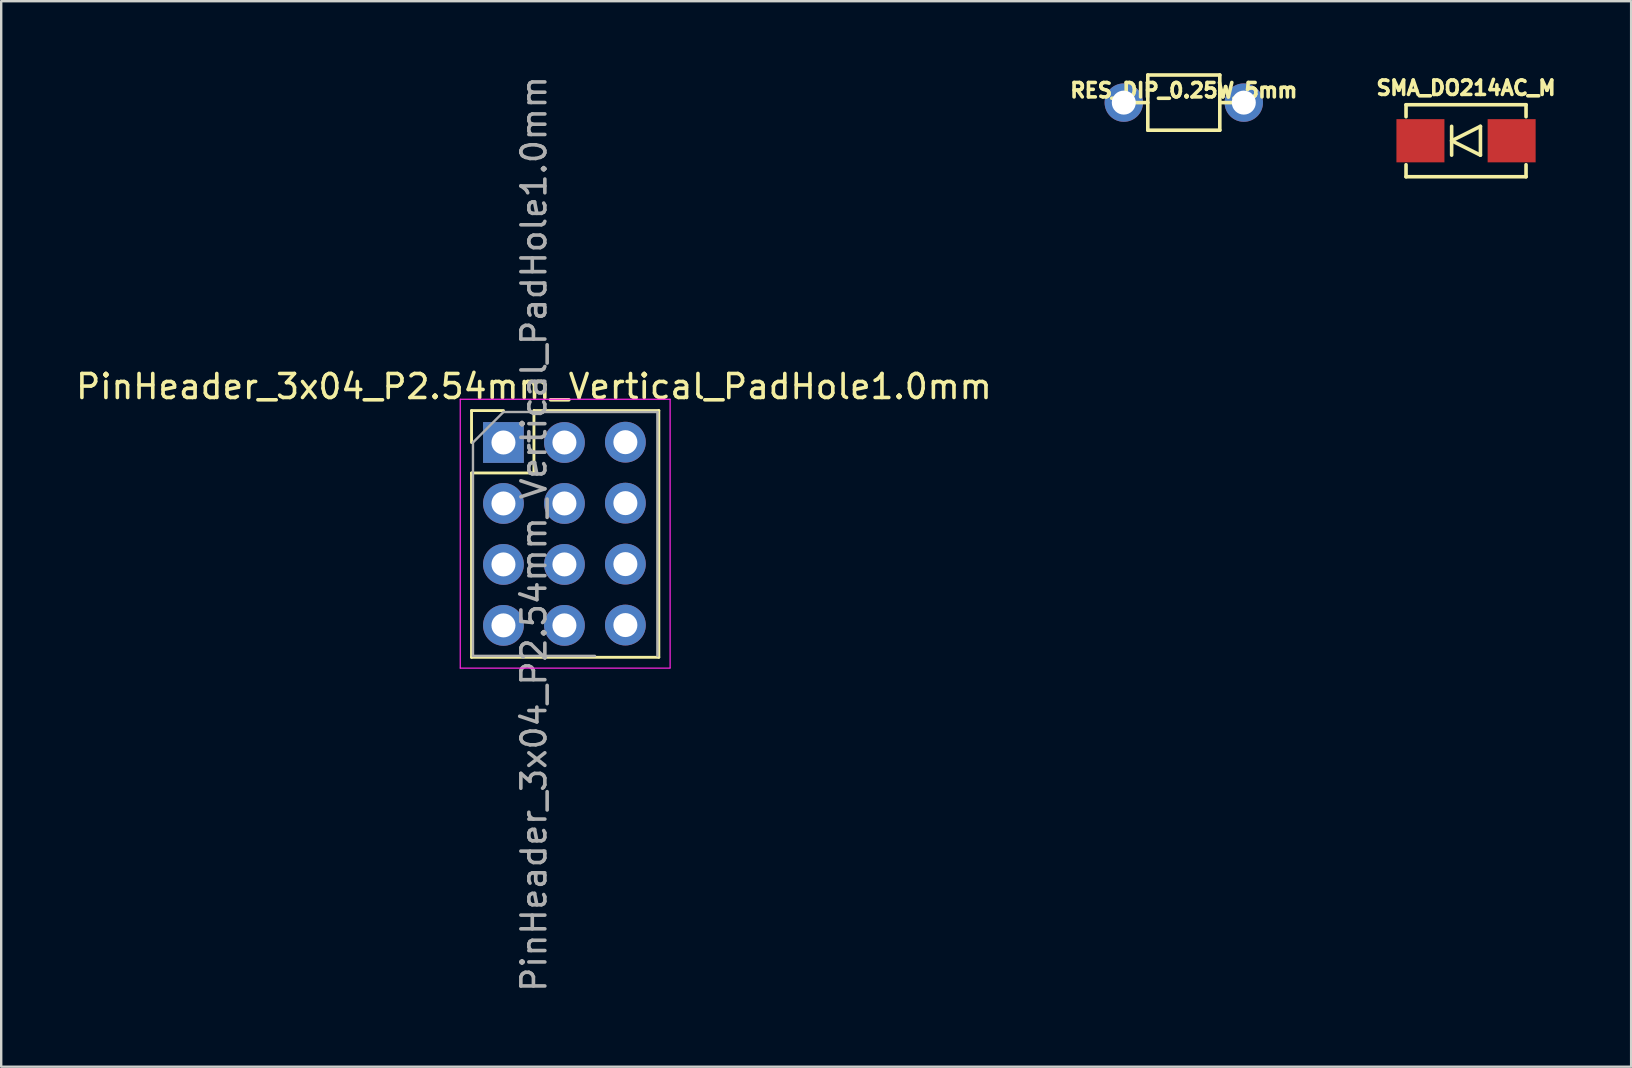
<source format=kicad_pcb>
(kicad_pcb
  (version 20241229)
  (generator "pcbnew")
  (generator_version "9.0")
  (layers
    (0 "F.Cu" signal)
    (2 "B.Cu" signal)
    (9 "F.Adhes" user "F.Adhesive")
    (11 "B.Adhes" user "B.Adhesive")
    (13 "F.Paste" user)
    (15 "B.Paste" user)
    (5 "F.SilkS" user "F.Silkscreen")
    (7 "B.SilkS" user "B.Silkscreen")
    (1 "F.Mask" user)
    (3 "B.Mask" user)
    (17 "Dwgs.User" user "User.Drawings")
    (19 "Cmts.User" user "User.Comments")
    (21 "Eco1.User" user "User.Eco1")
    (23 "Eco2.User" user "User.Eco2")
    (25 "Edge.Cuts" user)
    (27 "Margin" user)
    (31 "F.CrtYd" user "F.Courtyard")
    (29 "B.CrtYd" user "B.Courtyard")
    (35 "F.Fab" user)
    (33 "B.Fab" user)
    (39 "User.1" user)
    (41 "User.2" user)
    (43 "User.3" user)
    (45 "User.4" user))
  (footprint "SMA_DO214AC_M"
    (layer "F.Cu")
    (at 58.031 2.814)
    (property "Reference" "SMA_DO214AC_M" (at 0 -2.2 0) (layer "F.SilkS") (effects (font (size 0.6 0.6) (thickness 0.15))))
    (attr smd)
    (fp_line (start -2.5 -1.5) (end 2.5 -1.5) (stroke (width 0.15) (type solid)) (layer "F.SilkS"))
    (fp_line (start -2.5 -1) (end -2.5 -1.5) (stroke (width 0.15) (type solid)) (layer "F.SilkS"))
    (fp_line (start -2.5 1.5) (end -2.5 1) (stroke (width 0.15) (type solid)) (layer "F.SilkS"))
    (fp_line (start -0.6 0) (end 0.6 -0.6) (stroke (width 0.15) (type solid)) (layer "F.SilkS"))
    (fp_line (start -0.6 0.6) (end -0.6 -0.6) (stroke (width 0.15) (type solid)) (layer "F.SilkS"))
    (fp_line (start 0.6 -0.6) (end 0.6 0.6) (stroke (width 0.15) (type solid)) (layer "F.SilkS"))
    (fp_line (start 0.6 0.6) (end -0.6 0) (stroke (width 0.15) (type solid)) (layer "F.SilkS"))
    (fp_line (start 2.5 -1.5) (end 2.5 -1) (stroke (width 0.15) (type solid)) (layer "F.SilkS"))
    (fp_line (start 2.5 1) (end 2.5 1.5) (stroke (width 0.15) (type solid)) (layer "F.SilkS"))
    (fp_line (start 2.5 1.5) (end -2.5 1.5) (stroke (width 0.15) (type solid)) (layer "F.SilkS"))
    (pad "1" smd rect (at 1.9 0) (size 2 1.8) (layers "F.Cu" "F.Mask" "F.Paste"))
    (pad "2" smd rect (at -1.9 0) (size 2 1.8) (layers "F.Cu" "F.Mask" "F.Paste")))
  (footprint "RES_DIP_0.25W_5mm"
    (layer "F.Cu")
    (at 46.272 1.225)
    (property "Reference" "RES_DIP_0.25W_5mm" (at 0 -0.508 0) (layer "F.SilkS") (effects (font (size 0.6 0.6) (thickness 0.15))))
    (attr through_hole)
    (fp_line (start -1.5 -1.15) (end -1.5 1.15) (stroke (width 0.15) (type solid)) (layer "F.SilkS"))
    (fp_line (start -1.5 -1.15) (end 1.5 -1.15) (stroke (width 0.15) (type solid)) (layer "F.SilkS"))
    (fp_line (start -1.5 0) (end -2.5 0) (stroke (width 0.15) (type solid)) (layer "F.SilkS"))
    (fp_line (start 1.5 -1.15) (end 1.5 1.15) (stroke (width 0.15) (type solid)) (layer "F.SilkS"))
    (fp_line (start 1.5 1.15) (end -1.5 1.15) (stroke (width 0.15) (type solid)) (layer "F.SilkS"))
    (fp_line (start 2.5 0) (end 1.5 0) (stroke (width 0.15) (type solid)) (layer "F.SilkS"))
    (pad "1" thru_hole circle (at -2.5 0) (size 1.6 1.6) (drill 1) (layers "*.Cu" "*.Mask"))
    (pad "2" thru_hole circle (at 2.5 0) (size 1.6 1.6) (drill 1) (layers "*.Cu" "*.Mask")))
  (footprint "PinHeader_3x04_P2.54mm_Vertical_PadHole1.0mm"
    (layer "F.Cu")
    (at 20.466 15.386)
    (property "Reference" "PinHeader_3x04_P2.54mm_Vertical_PadHole1.0mm" (at -1.27 -2.33 0) (layer "F.SilkS") (effects (font (size 1 1) (thickness 0.15))))
    (attr through_hole)
    (fp_line (start -3.87 -1.33) (end -2.54 -1.33) (stroke (width 0.12) (type solid)) (layer "F.SilkS"))
    (fp_line (start -3.87 0) (end -3.87 -1.33) (stroke (width 0.12) (type solid)) (layer "F.SilkS"))
    (fp_line (start -3.87 1.27) (end -3.87 8.95) (stroke (width 0.12) (type solid)) (layer "F.SilkS"))
    (fp_line (start -3.87 1.27) (end -1.27 1.27) (stroke (width 0.12) (type solid)) (layer "F.SilkS"))
    (fp_line (start -3.87 8.95) (end 3.933 8.95) (stroke (width 0.12) (type solid)) (layer "F.SilkS"))
    (fp_line (start -1.27 -1.33) (end 3.933 -1.33) (stroke (width 0.12) (type solid)) (layer "F.SilkS"))
    (fp_line (start -1.27 1.27) (end -1.27 -1.33) (stroke (width 0.12) (type solid)) (layer "F.SilkS"))
    (fp_line (start 3.933 -1.33) (end 3.933 8.947) (stroke (width 0.12) (type solid)) (layer "F.SilkS"))
    (fp_line (start -4.34 -1.8) (end -4.34 9.4) (stroke (width 0.05) (type solid)) (layer "F.CrtYd"))
    (fp_line (start -4.34 9.4) (end 4.404 9.4) (stroke (width 0.05) (type solid)) (layer "F.CrtYd"))
    (fp_line (start 4.404 -1.8) (end -4.34 -1.8) (stroke (width 0.05) (type solid)) (layer "F.CrtYd"))
    (fp_line (start 4.404 9.384) (end 4.404 -1.8) (stroke (width 0.05) (type solid)) (layer "F.CrtYd"))
    (fp_line (start -3.81 0) (end -2.54 -1.27) (stroke (width 0.1) (type solid)) (layer "F.Fab"))
    (fp_line (start -3.81 8.89) (end -3.81 0) (stroke (width 0.1) (type solid)) (layer "F.Fab"))
    (fp_line (start -2.54 -1.27) (end 3.873 -1.27) (stroke (width 0.1) (type solid)) (layer "F.Fab"))
    (fp_line (start 1.27 8.89) (end -3.81 8.89) (stroke (width 0.1) (type solid)) (layer "F.Fab"))
    (fp_line (start 3.873 -1.27) (end 3.873 8.89) (stroke (width 0.1) (type solid)) (layer "F.Fab"))
    (fp_text user "${REFERENCE}" (at -1.27 3.81 90) (layer "F.Fab") (effects (font (size 1 1) (thickness 0.15))))
    (pad "1" thru_hole rect (at -2.54 0) (size 1.7 1.7) (drill 1) (layers "*.Cu" "*.Mask"))
    (pad "2" thru_hole oval (at -2.54 2.54) (size 1.7 1.7) (drill 1) (layers "*.Cu" "*.Mask"))
    (pad "3" thru_hole oval (at -2.54 5.08) (size 1.7 1.7) (drill 1) (layers "*.Cu" "*.Mask"))
    (pad "4" thru_hole oval (at -2.54 7.62) (size 1.7 1.7) (drill 1) (layers "*.Cu" "*.Mask"))
    (pad "GND" thru_hole oval (at 2.54 -0.013) (size 1.7 1.7) (drill 1) (layers "*.Cu" "*.Mask"))
    (pad "GND" thru_hole oval (at 2.54 2.527) (size 1.7 1.7) (drill 1) (layers "*.Cu" "*.Mask"))
    (pad "GND" thru_hole oval (at 2.54 5.067) (size 1.7 1.7) (drill 1) (layers "*.Cu" "*.Mask"))
    (pad "GND" thru_hole oval (at 2.54 7.607) (size 1.7 1.7) (drill 1) (layers "*.Cu" "*.Mask"))
    (pad "VCC" thru_hole oval (at 0 0) (size 1.7 1.7) (drill 1) (layers "*.Cu" "*.Mask"))
    (pad "VCC" thru_hole oval (at 0 2.54) (size 1.7 1.7) (drill 1) (layers "*.Cu" "*.Mask"))
    (pad "VCC" thru_hole oval (at 0 5.08) (size 1.7 1.7) (drill 1) (layers "*.Cu" "*.Mask"))
    (pad "VCC" thru_hole oval (at 0 7.62) (size 1.7 1.7) (drill 1) (layers "*.Cu" "*.Mask")))
  (gr_rect
    (start -3 -3)
    (end 64.91 41.393)
    (stroke (width 0.1) (type default))
    (fill no)
    (layer "Edge.Cuts")))
</source>
